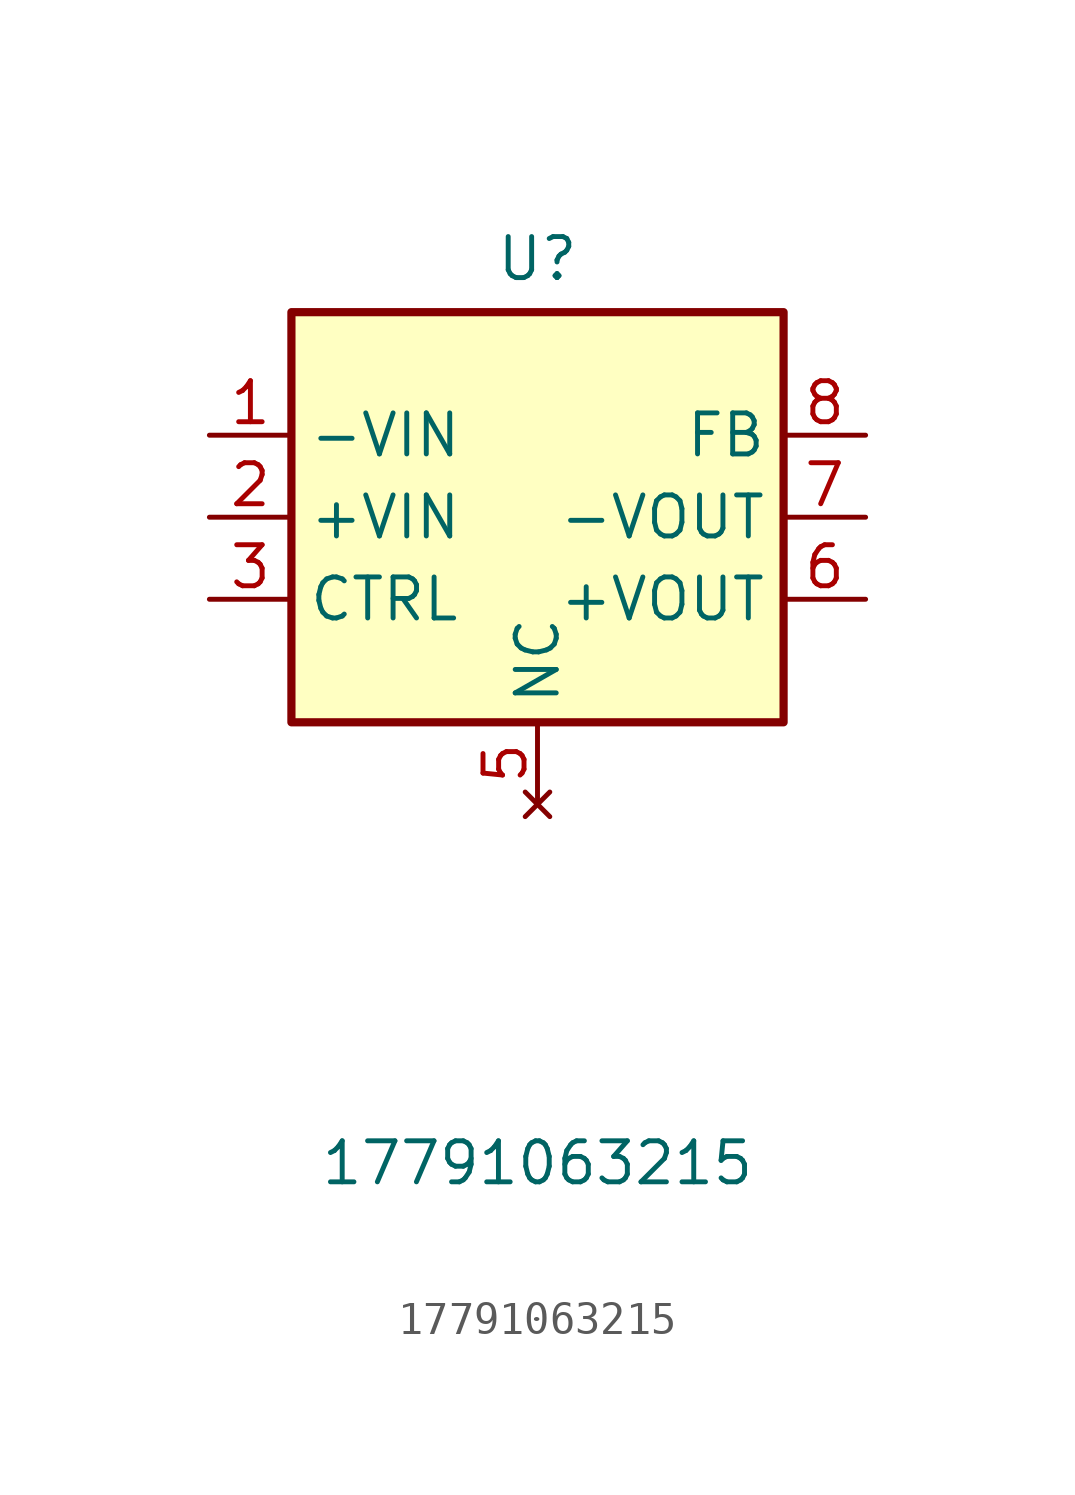
<source format=kicad_sym>
(kicad_symbol_lib
  (version 20220914)
  (generator kicad_symbol_editor)
  (symbol "17791063215"
    (property "Reference" "U"
      (at 0 8 0)
      (effects (font (size 1.27 1.27))))
    (property "Value" "17791063215"
      (at 0 -20 0)
      (effects (font (size 1.27 1.27))))
    (symbol "17791063215_1_0"
      (rectangle (start -7.62 6.35) (end 7.62 -6.35) (stroke (width 0.254) (type solid)) (fill (type background))))
    (symbol "17791063215_1_1"
      (pin power_in line (at -10.16 2.54 0) (length 2.54) (name "-VIN" (effects (font (size 1.27 1.27)))) (number "1" (effects (font (size 1.27 1.27)))))
      (pin power_in line (at -10.16 0 0) (length 2.54) (name "+VIN" (effects (font (size 1.27 1.27)))) (number "2" (effects (font (size 1.27 1.27)))))
      (pin input line (at -10.16 -2.54 0) (length 2.54) (name "CTRL" (effects (font (size 1.27 1.27)))) (number "3" (effects (font (size 1.27 1.27)))))
      (pin no_connect line (at 0 -8.89 90) (length 2.54) (name "NC" (effects (font (size 1.27 1.27)))) (number "5" (effects (font (size 1.27 1.27)))))
      (pin power_out line (at 10.16 -2.54 180) (length 2.54) (name "+VOUT" (effects (font (size 1.27 1.27)))) (number "6" (effects (font (size 1.27 1.27)))))
      (pin power_out line (at 10.16 0 180) (length 2.54) (name "-VOUT" (effects (font (size 1.27 1.27)))) (number "7" (effects (font (size 1.27 1.27)))))
      (pin input line (at 10.16 2.54 180) (length 2.54) (name "FB" (effects (font (size 1.27 1.27)))) (number "8" (effects (font (size 1.27 1.27))))))))
</source>
